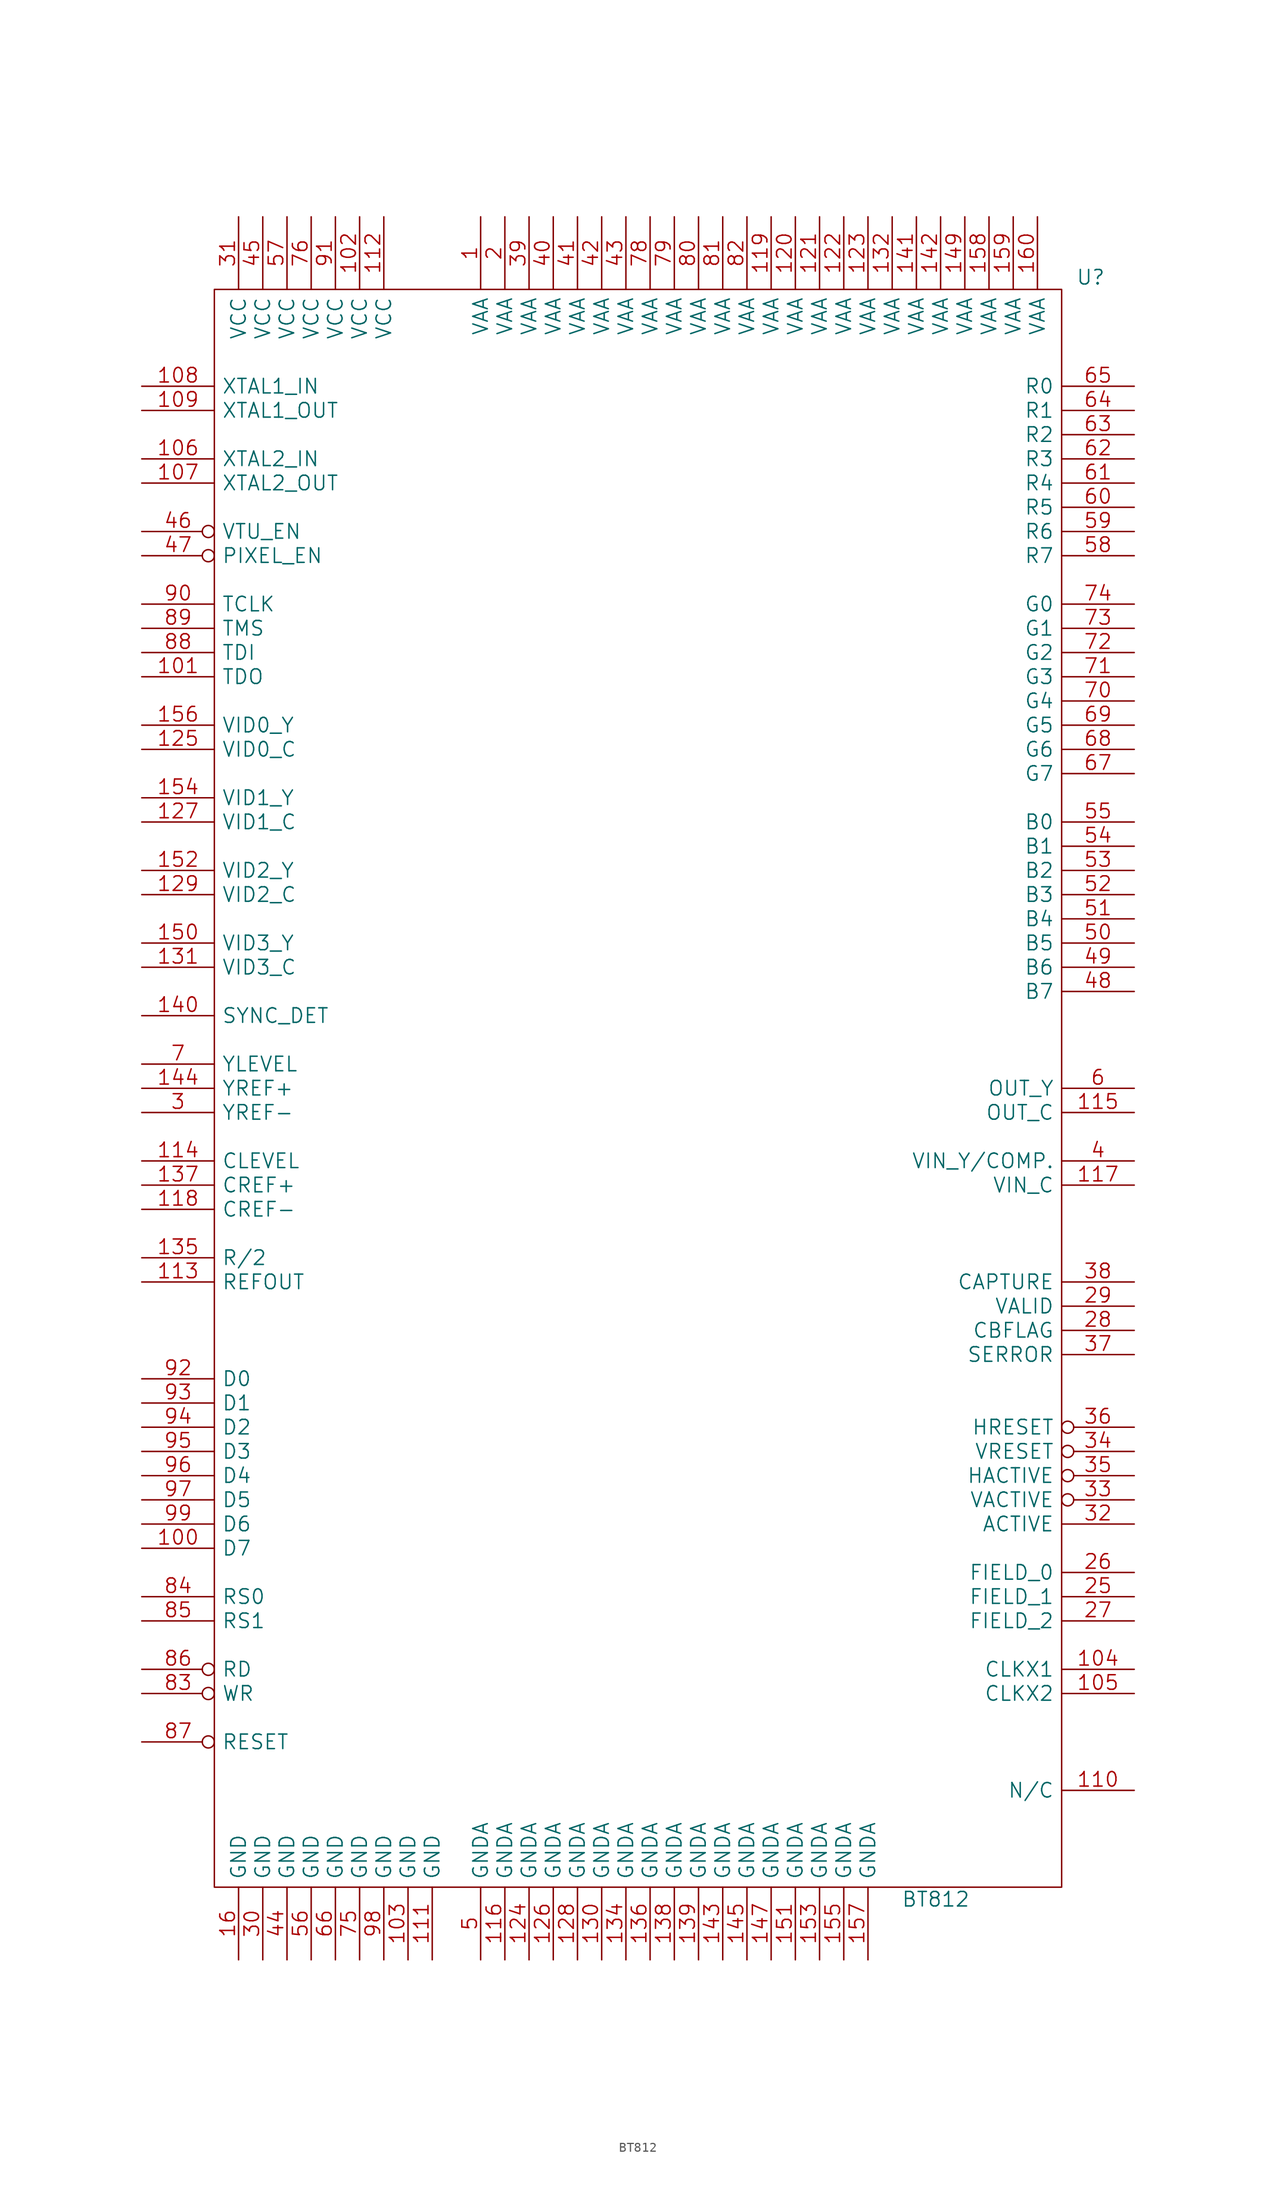
<source format=kicad_sym>
(kicad_symbol_lib
  (version 20231120)
  (generator "kicad_symbol_editor")
  (generator_version "8.0")
  (symbol "BT812"
    (pin_names
      (offset 0.762))
    (property "Reference" "U"
      (at 47.498 85.09 0)
      (effects (font (size 1.524 1.524))))
    (property "Value" "BT812"
      (at 31.242 -85.09 0)
      (effects (font (size 1.524 1.524))))
    (property "Footprint" ""
      (at 0 0 0)
      (effects (font (size 1.524 1.524))))
    (property "Datasheet" ""
      (at 0 0 0)
      (effects (font (size 1.524 1.524))))
    (symbol "BT812_0_1"
      (rectangle (start -44.45 -83.82) (end 44.45 83.82) (stroke (width 0) (type default)) (fill (type none))))
    (symbol "BT812_1_1"
      (pin input line (at -16.51 91.44 270) (length 7.62) (name "VAA" (effects (font (size 1.524 1.524)))) (number "1" (effects (font (size 1.524 1.524)))))
      (pin tri_state line (at -52.07 -48.26 0) (length 7.62) (name "D7" (effects (font (size 1.524 1.524)))) (number "100" (effects (font (size 1.524 1.524)))))
      (pin output line (at -52.07 43.18 0) (length 7.62) (name "TDO" (effects (font (size 1.524 1.524)))) (number "101" (effects (font (size 1.524 1.524)))))
      (pin input line (at -29.21 91.44 270) (length 7.62) (name "VCC" (effects (font (size 1.524 1.524)))) (number "102" (effects (font (size 1.524 1.524)))))
      (pin input line (at -24.13 -91.44 90) (length 7.62) (name "GND" (effects (font (size 1.524 1.524)))) (number "103" (effects (font (size 1.524 1.524)))))
      (pin output line (at 52.07 -60.96 180) (length 7.62) (name "CLKX1" (effects (font (size 1.524 1.524)))) (number "104" (effects (font (size 1.524 1.524)))))
      (pin output line (at 52.07 -63.5 180) (length 7.62) (name "CLKX2" (effects (font (size 1.524 1.524)))) (number "105" (effects (font (size 1.524 1.524)))))
      (pin input line (at -52.07 66.04 0) (length 7.62) (name "XTAL2_IN" (effects (font (size 1.524 1.524)))) (number "106" (effects (font (size 1.524 1.524)))))
      (pin output line (at -52.07 63.5 0) (length 7.62) (name "XTAL2_OUT" (effects (font (size 1.524 1.524)))) (number "107" (effects (font (size 1.524 1.524)))))
      (pin input line (at -52.07 73.66 0) (length 7.62) (name "XTAL1_IN" (effects (font (size 1.524 1.524)))) (number "108" (effects (font (size 1.524 1.524)))))
      (pin output line (at -52.07 71.12 0) (length 7.62) (name "XTAL1_OUT" (effects (font (size 1.524 1.524)))) (number "109" (effects (font (size 1.524 1.524)))))
      (pin input line (at 52.07 -73.66 180) (length 7.62) (name "N/C" (effects (font (size 1.524 1.524)))) (number "110" (effects (font (size 1.524 1.524)))))
      (pin input line (at -21.59 -91.44 90) (length 7.62) (name "GND" (effects (font (size 1.524 1.524)))) (number "111" (effects (font (size 1.524 1.524)))))
      (pin input line (at -26.67 91.44 270) (length 7.62) (name "VCC" (effects (font (size 1.524 1.524)))) (number "112" (effects (font (size 1.524 1.524)))))
      (pin output line (at -52.07 -20.32 0) (length 7.62) (name "REFOUT" (effects (font (size 1.524 1.524)))) (number "113" (effects (font (size 1.524 1.524)))))
      (pin input line (at -52.07 -7.62 0) (length 7.62) (name "CLEVEL" (effects (font (size 1.524 1.524)))) (number "114" (effects (font (size 1.524 1.524)))))
      (pin output line (at 52.07 -2.54 180) (length 7.62) (name "OUT_C" (effects (font (size 1.524 1.524)))) (number "115" (effects (font (size 1.524 1.524)))))
      (pin input line (at -13.97 -91.44 90) (length 7.62) (name "GNDA" (effects (font (size 1.524 1.524)))) (number "116" (effects (font (size 1.524 1.524)))))
      (pin input line (at 52.07 -10.16 180) (length 7.62) (name "VIN_C" (effects (font (size 1.524 1.524)))) (number "117" (effects (font (size 1.524 1.524)))))
      (pin input line (at -52.07 -12.7 0) (length 7.62) (name "CREF-" (effects (font (size 1.524 1.524)))) (number "118" (effects (font (size 1.524 1.524)))))
      (pin input line (at 13.97 91.44 270) (length 7.62) (name "VAA" (effects (font (size 1.524 1.524)))) (number "119" (effects (font (size 1.524 1.524)))))
      (pin input line (at 16.51 91.44 270) (length 7.62) (name "VAA" (effects (font (size 1.524 1.524)))) (number "120" (effects (font (size 1.524 1.524)))))
      (pin input line (at 19.05 91.44 270) (length 7.62) (name "VAA" (effects (font (size 1.524 1.524)))) (number "121" (effects (font (size 1.524 1.524)))))
      (pin input line (at 21.59 91.44 270) (length 7.62) (name "VAA" (effects (font (size 1.524 1.524)))) (number "122" (effects (font (size 1.524 1.524)))))
      (pin passive line (at 24.13 91.44 270) (length 7.62) (name "VAA" (effects (font (size 1.524 1.524)))) (number "123" (effects (font (size 1.524 1.524)))))
      (pin input line (at -11.43 -91.44 90) (length 7.62) (name "GNDA" (effects (font (size 1.524 1.524)))) (number "124" (effects (font (size 1.524 1.524)))))
      (pin input line (at -52.07 35.56 0) (length 7.62) (name "VID0_C" (effects (font (size 1.524 1.524)))) (number "125" (effects (font (size 1.524 1.524)))))
      (pin input line (at -8.89 -91.44 90) (length 7.62) (name "GNDA" (effects (font (size 1.524 1.524)))) (number "126" (effects (font (size 1.524 1.524)))))
      (pin input line (at -52.07 27.94 0) (length 7.62) (name "VID1_C" (effects (font (size 1.524 1.524)))) (number "127" (effects (font (size 1.524 1.524)))))
      (pin input line (at -6.35 -91.44 90) (length 7.62) (name "GNDA" (effects (font (size 1.524 1.524)))) (number "128" (effects (font (size 1.524 1.524)))))
      (pin input line (at -52.07 20.32 0) (length 7.62) (name "VID2_C" (effects (font (size 1.524 1.524)))) (number "129" (effects (font (size 1.524 1.524)))))
      (pin input line (at -3.81 -91.44 90) (length 7.62) (name "GNDA" (effects (font (size 1.524 1.524)))) (number "130" (effects (font (size 1.524 1.524)))))
      (pin input line (at -52.07 12.7 0) (length 7.62) (name "VID3_C" (effects (font (size 1.524 1.524)))) (number "131" (effects (font (size 1.524 1.524)))))
      (pin input line (at 26.67 91.44 270) (length 7.62) (name "VAA" (effects (font (size 1.524 1.524)))) (number "132" (effects (font (size 1.524 1.524)))))
      (pin input line (at -1.27 -91.44 90) (length 7.62) (name "GNDA" (effects (font (size 1.524 1.524)))) (number "134" (effects (font (size 1.524 1.524)))))
      (pin input line (at -52.07 -17.78 0) (length 7.62) (name "R/2" (effects (font (size 1.524 1.524)))) (number "135" (effects (font (size 1.524 1.524)))))
      (pin input line (at 1.27 -91.44 90) (length 7.62) (name "GNDA" (effects (font (size 1.524 1.524)))) (number "136" (effects (font (size 1.524 1.524)))))
      (pin input line (at -52.07 -10.16 0) (length 7.62) (name "CREF+" (effects (font (size 1.524 1.524)))) (number "137" (effects (font (size 1.524 1.524)))))
      (pin input line (at 3.81 -91.44 90) (length 7.62) (name "GNDA" (effects (font (size 1.524 1.524)))) (number "138" (effects (font (size 1.524 1.524)))))
      (pin input line (at 6.35 -91.44 90) (length 7.62) (name "GNDA" (effects (font (size 1.524 1.524)))) (number "139" (effects (font (size 1.524 1.524)))))
      (pin input line (at -52.07 7.62 0) (length 7.62) (name "SYNC_DET" (effects (font (size 1.524 1.524)))) (number "140" (effects (font (size 1.524 1.524)))))
      (pin input line (at 29.21 91.44 270) (length 7.62) (name "VAA" (effects (font (size 1.524 1.524)))) (number "141" (effects (font (size 1.524 1.524)))))
      (pin input line (at 31.75 91.44 270) (length 7.62) (name "VAA" (effects (font (size 1.524 1.524)))) (number "142" (effects (font (size 1.524 1.524)))))
      (pin input line (at 8.89 -91.44 90) (length 7.62) (name "GNDA" (effects (font (size 1.524 1.524)))) (number "143" (effects (font (size 1.524 1.524)))))
      (pin input line (at -52.07 0 0) (length 7.62) (name "YREF+" (effects (font (size 1.524 1.524)))) (number "144" (effects (font (size 1.524 1.524)))))
      (pin input line (at 11.43 -91.44 90) (length 7.62) (name "GNDA" (effects (font (size 1.524 1.524)))) (number "145" (effects (font (size 1.524 1.524)))))
      (pin input line (at 13.97 -91.44 90) (length 7.62) (name "GNDA" (effects (font (size 1.524 1.524)))) (number "147" (effects (font (size 1.524 1.524)))))
      (pin input line (at 34.29 91.44 270) (length 7.62) (name "VAA" (effects (font (size 1.524 1.524)))) (number "149" (effects (font (size 1.524 1.524)))))
      (pin input line (at -52.07 15.24 0) (length 7.62) (name "VID3_Y" (effects (font (size 1.524 1.524)))) (number "150" (effects (font (size 1.524 1.524)))))
      (pin input line (at 16.51 -91.44 90) (length 7.62) (name "GNDA" (effects (font (size 1.524 1.524)))) (number "151" (effects (font (size 1.524 1.524)))))
      (pin input line (at -52.07 22.86 0) (length 7.62) (name "VID2_Y" (effects (font (size 1.524 1.524)))) (number "152" (effects (font (size 1.524 1.524)))))
      (pin input line (at 19.05 -91.44 90) (length 7.62) (name "GNDA" (effects (font (size 1.524 1.524)))) (number "153" (effects (font (size 1.524 1.524)))))
      (pin input line (at -52.07 30.48 0) (length 7.62) (name "VID1_Y" (effects (font (size 1.524 1.524)))) (number "154" (effects (font (size 1.524 1.524)))))
      (pin input line (at 21.59 -91.44 90) (length 7.62) (name "GNDA" (effects (font (size 1.524 1.524)))) (number "155" (effects (font (size 1.524 1.524)))))
      (pin input line (at -52.07 38.1 0) (length 7.62) (name "VID0_Y" (effects (font (size 1.524 1.524)))) (number "156" (effects (font (size 1.524 1.524)))))
      (pin input line (at 24.13 -91.44 90) (length 7.62) (name "GNDA" (effects (font (size 1.524 1.524)))) (number "157" (effects (font (size 1.524 1.524)))))
      (pin input line (at 36.83 91.44 270) (length 7.62) (name "VAA" (effects (font (size 1.524 1.524)))) (number "158" (effects (font (size 1.524 1.524)))))
      (pin input line (at 39.37 91.44 270) (length 7.62) (name "VAA" (effects (font (size 1.524 1.524)))) (number "159" (effects (font (size 1.524 1.524)))))
      (pin input line (at -41.91 -91.44 90) (length 7.62) (name "GND" (effects (font (size 1.524 1.524)))) (number "16" (effects (font (size 1.524 1.524)))))
      (pin input line (at 41.91 91.44 270) (length 7.62) (name "VAA" (effects (font (size 1.524 1.524)))) (number "160" (effects (font (size 1.524 1.524)))))
      (pin input line (at -13.97 91.44 270) (length 7.62) (name "VAA" (effects (font (size 1.524 1.524)))) (number "2" (effects (font (size 1.524 1.524)))))
      (pin bidirectional line (at 52.07 -53.34 180) (length 7.62) (name "FIELD_1" (effects (font (size 1.524 1.524)))) (number "25" (effects (font (size 1.524 1.524)))))
      (pin bidirectional line (at 52.07 -50.8 180) (length 7.62) (name "FIELD_0" (effects (font (size 1.524 1.524)))) (number "26" (effects (font (size 1.524 1.524)))))
      (pin output line (at 52.07 -55.88 180) (length 7.62) (name "FIELD_2" (effects (font (size 1.524 1.524)))) (number "27" (effects (font (size 1.524 1.524)))))
      (pin output line (at 52.07 -25.4 180) (length 7.62) (name "CBFLAG" (effects (font (size 1.524 1.524)))) (number "28" (effects (font (size 1.524 1.524)))))
      (pin output line (at 52.07 -22.86 180) (length 7.62) (name "VALID" (effects (font (size 1.524 1.524)))) (number "29" (effects (font (size 1.524 1.524)))))
      (pin input line (at -52.07 -2.54 0) (length 7.62) (name "YREF-" (effects (font (size 1.524 1.524)))) (number "3" (effects (font (size 1.524 1.524)))))
      (pin input line (at -39.37 -91.44 90) (length 7.62) (name "GND" (effects (font (size 1.524 1.524)))) (number "30" (effects (font (size 1.524 1.524)))))
      (pin input line (at -41.91 91.44 270) (length 7.62) (name "VCC" (effects (font (size 1.524 1.524)))) (number "31" (effects (font (size 1.524 1.524)))))
      (pin output line (at 52.07 -45.72 180) (length 7.62) (name "ACTIVE" (effects (font (size 1.524 1.524)))) (number "32" (effects (font (size 1.524 1.524)))))
      (pin output inverted (at 52.07 -43.18 180) (length 7.62) (name "VACTIVE" (effects (font (size 1.524 1.524)))) (number "33" (effects (font (size 1.524 1.524)))))
      (pin output inverted (at 52.07 -38.1 180) (length 7.62) (name "VRESET" (effects (font (size 1.524 1.524)))) (number "34" (effects (font (size 1.524 1.524)))))
      (pin output inverted (at 52.07 -40.64 180) (length 7.62) (name "HACTIVE" (effects (font (size 1.524 1.524)))) (number "35" (effects (font (size 1.524 1.524)))))
      (pin output inverted (at 52.07 -35.56 180) (length 7.62) (name "HRESET" (effects (font (size 1.524 1.524)))) (number "36" (effects (font (size 1.524 1.524)))))
      (pin output line (at 52.07 -27.94 180) (length 7.62) (name "SERROR" (effects (font (size 1.524 1.524)))) (number "37" (effects (font (size 1.524 1.524)))))
      (pin output line (at 52.07 -20.32 180) (length 7.62) (name "CAPTURE" (effects (font (size 1.524 1.524)))) (number "38" (effects (font (size 1.524 1.524)))))
      (pin input line (at -11.43 91.44 270) (length 7.62) (name "VAA" (effects (font (size 1.524 1.524)))) (number "39" (effects (font (size 1.524 1.524)))))
      (pin input line (at 52.07 -7.62 180) (length 7.62) (name "VIN_Y/COMP." (effects (font (size 1.524 1.524)))) (number "4" (effects (font (size 1.524 1.524)))))
      (pin input line (at -8.89 91.44 270) (length 7.62) (name "VAA" (effects (font (size 1.524 1.524)))) (number "40" (effects (font (size 1.524 1.524)))))
      (pin input line (at -6.35 91.44 270) (length 7.62) (name "VAA" (effects (font (size 1.524 1.524)))) (number "41" (effects (font (size 1.524 1.524)))))
      (pin input line (at -3.81 91.44 270) (length 7.62) (name "VAA" (effects (font (size 1.524 1.524)))) (number "42" (effects (font (size 1.524 1.524)))))
      (pin input line (at -1.27 91.44 270) (length 7.62) (name "VAA" (effects (font (size 1.524 1.524)))) (number "43" (effects (font (size 1.524 1.524)))))
      (pin input line (at -36.83 -91.44 90) (length 7.62) (name "GND" (effects (font (size 1.524 1.524)))) (number "44" (effects (font (size 1.524 1.524)))))
      (pin input line (at -39.37 91.44 270) (length 7.62) (name "VCC" (effects (font (size 1.524 1.524)))) (number "45" (effects (font (size 1.524 1.524)))))
      (pin input inverted (at -52.07 58.42 0) (length 7.62) (name "VTU_EN" (effects (font (size 1.524 1.524)))) (number "46" (effects (font (size 1.524 1.524)))))
      (pin input inverted (at -52.07 55.88 0) (length 7.62) (name "PIXEL_EN" (effects (font (size 1.524 1.524)))) (number "47" (effects (font (size 1.524 1.524)))))
      (pin tri_state line (at 52.07 10.16 180) (length 7.62) (name "B7" (effects (font (size 1.524 1.524)))) (number "48" (effects (font (size 1.524 1.524)))))
      (pin tri_state line (at 52.07 12.7 180) (length 7.62) (name "B6" (effects (font (size 1.524 1.524)))) (number "49" (effects (font (size 1.524 1.524)))))
      (pin input line (at -16.51 -91.44 90) (length 7.62) (name "GNDA" (effects (font (size 1.524 1.524)))) (number "5" (effects (font (size 1.524 1.524)))))
      (pin tri_state line (at 52.07 15.24 180) (length 7.62) (name "B5" (effects (font (size 1.524 1.524)))) (number "50" (effects (font (size 1.524 1.524)))))
      (pin tri_state line (at 52.07 17.78 180) (length 7.62) (name "B4" (effects (font (size 1.524 1.524)))) (number "51" (effects (font (size 1.524 1.524)))))
      (pin tri_state line (at 52.07 20.32 180) (length 7.62) (name "B3" (effects (font (size 1.524 1.524)))) (number "52" (effects (font (size 1.524 1.524)))))
      (pin tri_state line (at 52.07 22.86 180) (length 7.62) (name "B2" (effects (font (size 1.524 1.524)))) (number "53" (effects (font (size 1.524 1.524)))))
      (pin tri_state line (at 52.07 25.4 180) (length 7.62) (name "B1" (effects (font (size 1.524 1.524)))) (number "54" (effects (font (size 1.524 1.524)))))
      (pin tri_state line (at 52.07 27.94 180) (length 7.62) (name "B0" (effects (font (size 1.524 1.524)))) (number "55" (effects (font (size 1.524 1.524)))))
      (pin input line (at -34.29 -91.44 90) (length 7.62) (name "GND" (effects (font (size 1.524 1.524)))) (number "56" (effects (font (size 1.524 1.524)))))
      (pin input line (at -36.83 91.44 270) (length 7.62) (name "VCC" (effects (font (size 1.524 1.524)))) (number "57" (effects (font (size 1.524 1.524)))))
      (pin tri_state line (at 52.07 55.88 180) (length 7.62) (name "R7" (effects (font (size 1.524 1.524)))) (number "58" (effects (font (size 1.524 1.524)))))
      (pin tri_state line (at 52.07 58.42 180) (length 7.62) (name "R6" (effects (font (size 1.524 1.524)))) (number "59" (effects (font (size 1.524 1.524)))))
      (pin output line (at 52.07 0 180) (length 7.62) (name "OUT_Y" (effects (font (size 1.524 1.524)))) (number "6" (effects (font (size 1.524 1.524)))))
      (pin tri_state line (at 52.07 60.96 180) (length 7.62) (name "R5" (effects (font (size 1.524 1.524)))) (number "60" (effects (font (size 1.524 1.524)))))
      (pin tri_state line (at 52.07 63.5 180) (length 7.62) (name "R4" (effects (font (size 1.524 1.524)))) (number "61" (effects (font (size 1.524 1.524)))))
      (pin tri_state line (at 52.07 66.04 180) (length 7.62) (name "R3" (effects (font (size 1.524 1.524)))) (number "62" (effects (font (size 1.524 1.524)))))
      (pin tri_state line (at 52.07 68.58 180) (length 7.62) (name "R2" (effects (font (size 1.524 1.524)))) (number "63" (effects (font (size 1.524 1.524)))))
      (pin tri_state line (at 52.07 71.12 180) (length 7.62) (name "R1" (effects (font (size 1.524 1.524)))) (number "64" (effects (font (size 1.524 1.524)))))
      (pin tri_state line (at 52.07 73.66 180) (length 7.62) (name "R0" (effects (font (size 1.524 1.524)))) (number "65" (effects (font (size 1.524 1.524)))))
      (pin input line (at -31.75 -91.44 90) (length 7.62) (name "GND" (effects (font (size 1.524 1.524)))) (number "66" (effects (font (size 1.524 1.524)))))
      (pin tri_state line (at 52.07 33.02 180) (length 7.62) (name "G7" (effects (font (size 1.524 1.524)))) (number "67" (effects (font (size 1.524 1.524)))))
      (pin tri_state line (at 52.07 35.56 180) (length 7.62) (name "G6" (effects (font (size 1.524 1.524)))) (number "68" (effects (font (size 1.524 1.524)))))
      (pin tri_state line (at 52.07 38.1 180) (length 7.62) (name "G5" (effects (font (size 1.524 1.524)))) (number "69" (effects (font (size 1.524 1.524)))))
      (pin input line (at -52.07 2.54 0) (length 7.62) (name "YLEVEL" (effects (font (size 1.524 1.524)))) (number "7" (effects (font (size 1.524 1.524)))))
      (pin tri_state line (at 52.07 40.64 180) (length 7.62) (name "G4" (effects (font (size 1.524 1.524)))) (number "70" (effects (font (size 1.524 1.524)))))
      (pin tri_state line (at 52.07 43.18 180) (length 7.62) (name "G3" (effects (font (size 1.524 1.524)))) (number "71" (effects (font (size 1.524 1.524)))))
      (pin tri_state line (at 52.07 45.72 180) (length 7.62) (name "G2" (effects (font (size 1.524 1.524)))) (number "72" (effects (font (size 1.524 1.524)))))
      (pin tri_state line (at 52.07 48.26 180) (length 7.62) (name "G1" (effects (font (size 1.524 1.524)))) (number "73" (effects (font (size 1.524 1.524)))))
      (pin tri_state line (at 52.07 50.8 180) (length 7.62) (name "G0" (effects (font (size 1.524 1.524)))) (number "74" (effects (font (size 1.524 1.524)))))
      (pin input line (at -29.21 -91.44 90) (length 7.62) (name "GND" (effects (font (size 1.524 1.524)))) (number "75" (effects (font (size 1.524 1.524)))))
      (pin input line (at -34.29 91.44 270) (length 7.62) (name "VCC" (effects (font (size 1.524 1.524)))) (number "76" (effects (font (size 1.524 1.524)))))
      (pin input line (at 1.27 91.44 270) (length 7.62) (name "VAA" (effects (font (size 1.524 1.524)))) (number "78" (effects (font (size 1.524 1.524)))))
      (pin input line (at 3.81 91.44 270) (length 7.62) (name "VAA" (effects (font (size 1.524 1.524)))) (number "79" (effects (font (size 1.524 1.524)))))
      (pin input line (at 6.35 91.44 270) (length 7.62) (name "VAA" (effects (font (size 1.524 1.524)))) (number "80" (effects (font (size 1.524 1.524)))))
      (pin input line (at 8.89 91.44 270) (length 7.62) (name "VAA" (effects (font (size 1.524 1.524)))) (number "81" (effects (font (size 1.524 1.524)))))
      (pin input line (at 11.43 91.44 270) (length 7.62) (name "VAA" (effects (font (size 1.524 1.524)))) (number "82" (effects (font (size 1.524 1.524)))))
      (pin input inverted (at -52.07 -63.5 0) (length 7.62) (name "WR" (effects (font (size 1.524 1.524)))) (number "83" (effects (font (size 1.524 1.524)))))
      (pin input line (at -52.07 -53.34 0) (length 7.62) (name "RS0" (effects (font (size 1.524 1.524)))) (number "84" (effects (font (size 1.524 1.524)))))
      (pin input line (at -52.07 -55.88 0) (length 7.62) (name "RS1" (effects (font (size 1.524 1.524)))) (number "85" (effects (font (size 1.524 1.524)))))
      (pin input inverted (at -52.07 -60.96 0) (length 7.62) (name "RD" (effects (font (size 1.524 1.524)))) (number "86" (effects (font (size 1.524 1.524)))))
      (pin input inverted (at -52.07 -68.58 0) (length 7.62) (name "RESET" (effects (font (size 1.524 1.524)))) (number "87" (effects (font (size 1.524 1.524)))))
      (pin input line (at -52.07 45.72 0) (length 7.62) (name "TDI" (effects (font (size 1.524 1.524)))) (number "88" (effects (font (size 1.524 1.524)))))
      (pin input line (at -52.07 48.26 0) (length 7.62) (name "TMS" (effects (font (size 1.524 1.524)))) (number "89" (effects (font (size 1.524 1.524)))))
      (pin input line (at -52.07 50.8 0) (length 7.62) (name "TCLK" (effects (font (size 1.524 1.524)))) (number "90" (effects (font (size 1.524 1.524)))))
      (pin passive line (at -31.75 91.44 270) (length 7.62) (name "VCC" (effects (font (size 1.524 1.524)))) (number "91" (effects (font (size 1.524 1.524)))))
      (pin tri_state line (at -52.07 -30.48 0) (length 7.62) (name "D0" (effects (font (size 1.524 1.524)))) (number "92" (effects (font (size 1.524 1.524)))))
      (pin tri_state line (at -52.07 -33.02 0) (length 7.62) (name "D1" (effects (font (size 1.524 1.524)))) (number "93" (effects (font (size 1.524 1.524)))))
      (pin tri_state line (at -52.07 -35.56 0) (length 7.62) (name "D2" (effects (font (size 1.524 1.524)))) (number "94" (effects (font (size 1.524 1.524)))))
      (pin tri_state line (at -52.07 -38.1 0) (length 7.62) (name "D3" (effects (font (size 1.524 1.524)))) (number "95" (effects (font (size 1.524 1.524)))))
      (pin tri_state line (at -52.07 -40.64 0) (length 7.62) (name "D4" (effects (font (size 1.524 1.524)))) (number "96" (effects (font (size 1.524 1.524)))))
      (pin tri_state line (at -52.07 -43.18 0) (length 7.62) (name "D5" (effects (font (size 1.524 1.524)))) (number "97" (effects (font (size 1.524 1.524)))))
      (pin input line (at -26.67 -91.44 90) (length 7.62) (name "GND" (effects (font (size 1.524 1.524)))) (number "98" (effects (font (size 1.524 1.524)))))
      (pin tri_state line (at -52.07 -45.72 0) (length 7.62) (name "D6" (effects (font (size 1.524 1.524)))) (number "99" (effects (font (size 1.524 1.524))))))))
</source>
